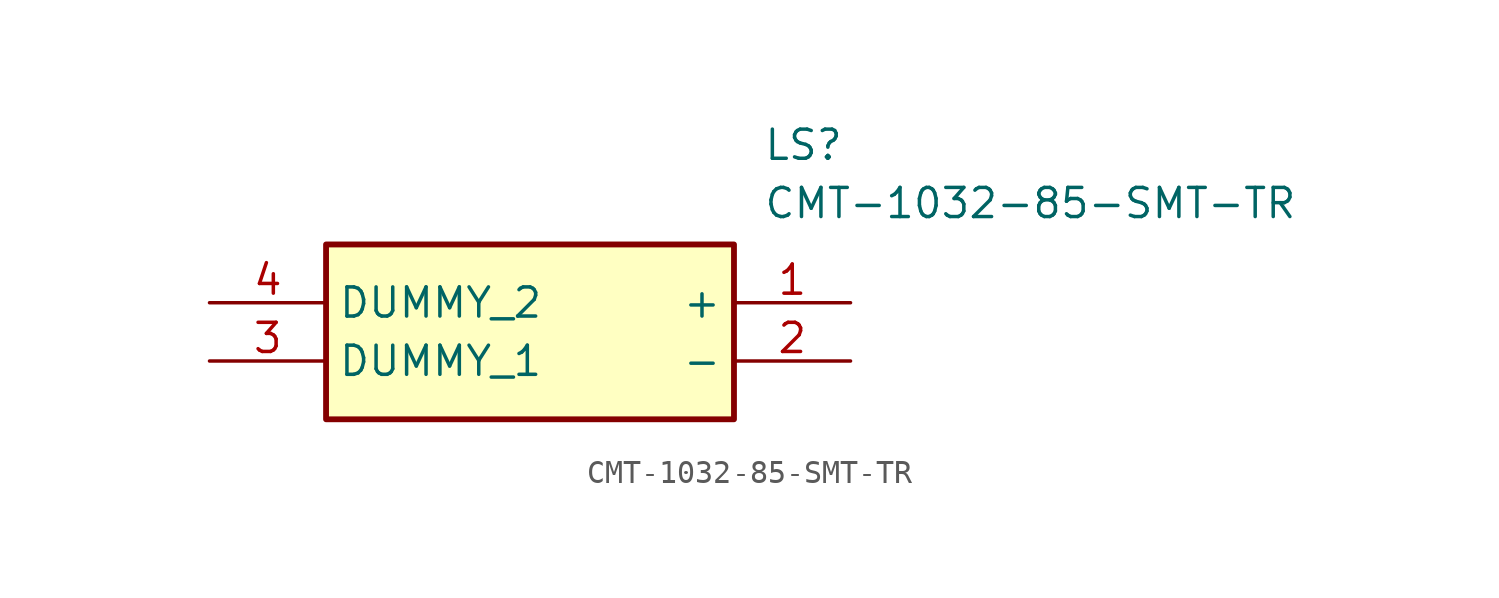
<source format=kicad_sym>
(kicad_symbol_lib
  (version 20211014)
  (generator SamacSys_ECAD_Model)
  (symbol "CMT-1032-85-SMT-TR"
    (property "Reference" "LS"
      (at 24.13 7.62 0)
      (effects (font (size 1.27 1.27)) (justify left top)))
    (property "Value" "CMT-1032-85-SMT-TR"
      (at 24.13 5.08 0)
      (effects (font (size 1.27 1.27)) (justify left top)))
    (rectangle
      (start 5.08 2.54)
      (end 22.86 -5.08)
      (stroke (width 0.254) (type default))
      (fill (type background)))
    (pin passive line
      (at 27.94 0 180)
      (length 5.08)
      (name "+" (effects (font (size 1.27 1.27))))
      (number "1" (effects (font (size 1.27 1.27)))))
    (pin passive line
      (at 27.94 -2.54 180)
      (length 5.08)
      (name "-" (effects (font (size 1.27 1.27))))
      (number "2" (effects (font (size 1.27 1.27)))))
    (pin passive line
      (at 0 -2.54 0)
      (length 5.08)
      (name "DUMMY_1" (effects (font (size 1.27 1.27))))
      (number "3" (effects (font (size 1.27 1.27)))))
    (pin passive line
      (at 0 0 0)
      (length 5.08)
      (name "DUMMY_2" (effects (font (size 1.27 1.27))))
      (number "4" (effects (font (size 1.27 1.27)))))))
</source>
